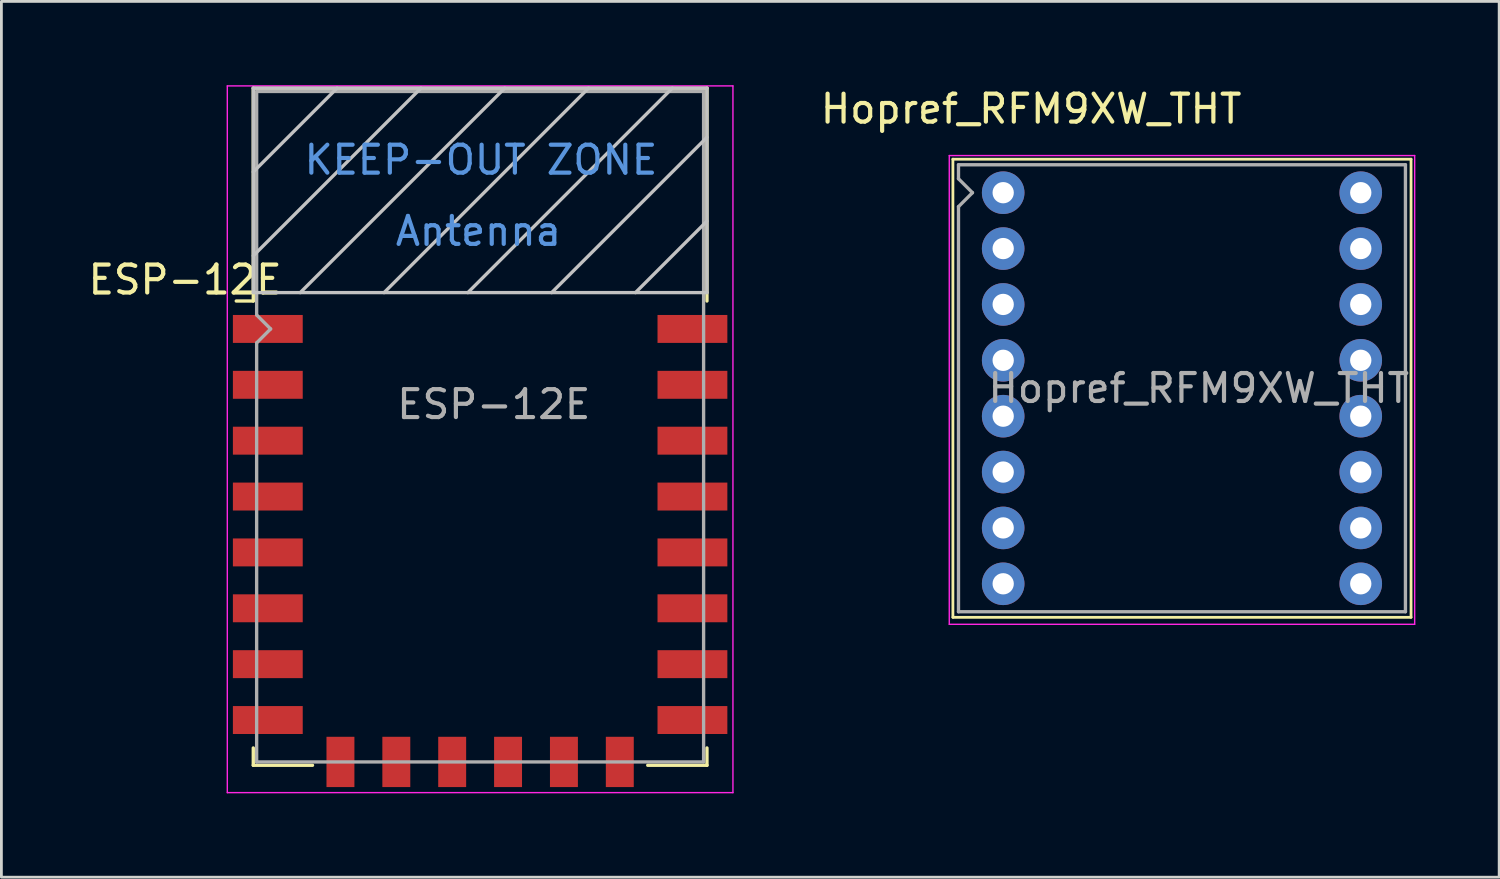
<source format=kicad_pcb>
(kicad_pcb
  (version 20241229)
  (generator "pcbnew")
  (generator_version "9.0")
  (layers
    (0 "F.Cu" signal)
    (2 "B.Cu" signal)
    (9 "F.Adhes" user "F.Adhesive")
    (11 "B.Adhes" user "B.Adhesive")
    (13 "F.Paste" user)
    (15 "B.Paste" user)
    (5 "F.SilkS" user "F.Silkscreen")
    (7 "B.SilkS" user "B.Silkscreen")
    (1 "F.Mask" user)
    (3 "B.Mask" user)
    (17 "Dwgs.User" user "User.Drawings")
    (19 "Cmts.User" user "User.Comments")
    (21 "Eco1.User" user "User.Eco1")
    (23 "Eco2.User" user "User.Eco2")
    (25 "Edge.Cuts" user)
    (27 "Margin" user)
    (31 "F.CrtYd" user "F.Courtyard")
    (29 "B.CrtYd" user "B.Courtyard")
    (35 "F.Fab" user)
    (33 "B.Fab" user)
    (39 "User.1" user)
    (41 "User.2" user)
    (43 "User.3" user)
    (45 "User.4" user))
  (footprint "ESP-12E"
    (layer "F.Cu")
    (at 14.137 12.225)
    (property "Reference" "ESP-12E" (at -10.56 -5.26 0) (layer "F.SilkS") (effects (font (size 1 1) (thickness 0.15))))
    (attr smd)
    (fp_line (start -8.12 -12.12) (end 8.12 -12.12) (stroke (width 0.12) (type solid)) (layer "F.SilkS"))
    (fp_line (start -8.12 -4.5) (end -8.73 -4.5) (stroke (width 0.12) (type solid)) (layer "F.SilkS"))
    (fp_line (start -8.12 -4.5) (end -8.12 -12.12) (stroke (width 0.12) (type solid)) (layer "F.SilkS"))
    (fp_line (start -8.12 12.12) (end -8.12 11.5) (stroke (width 0.12) (type solid)) (layer "F.SilkS"))
    (fp_line (start -6 12.12) (end -8.12 12.12) (stroke (width 0.12) (type solid)) (layer "F.SilkS"))
    (fp_line (start 8.12 -12.12) (end 8.12 -4.5) (stroke (width 0.12) (type solid)) (layer "F.SilkS"))
    (fp_line (start 8.12 11.5) (end 8.12 12.12) (stroke (width 0.12) (type solid)) (layer "F.SilkS"))
    (fp_line (start 8.12 12.12) (end 6 12.12) (stroke (width 0.12) (type solid)) (layer "F.SilkS"))
    (fp_line (start -8.12 -12.12) (end 8.12 -12.12) (stroke (width 0.12) (type solid)) (layer "Dwgs.User"))
    (fp_line (start -8.12 -9.12) (end -5.12 -12.12) (stroke (width 0.12) (type solid)) (layer "Dwgs.User"))
    (fp_line (start -8.12 -6.12) (end -2.12 -12.12) (stroke (width 0.12) (type solid)) (layer "Dwgs.User"))
    (fp_line (start -8.12 -4.8) (end -8.12 -12.12) (stroke (width 0.12) (type solid)) (layer "Dwgs.User"))
    (fp_line (start -6.44 -4.8) (end 0.88 -12.12) (stroke (width 0.12) (type solid)) (layer "Dwgs.User"))
    (fp_line (start -3.44 -4.8) (end 3.88 -12.12) (stroke (width 0.12) (type solid)) (layer "Dwgs.User"))
    (fp_line (start -0.44 -4.8) (end 6.88 -12.12) (stroke (width 0.12) (type solid)) (layer "Dwgs.User"))
    (fp_line (start 2.56 -4.8) (end 8.12 -10.36) (stroke (width 0.12) (type solid)) (layer "Dwgs.User"))
    (fp_line (start 5.56 -4.8) (end 8.12 -7.36) (stroke (width 0.12) (type solid)) (layer "Dwgs.User"))
    (fp_line (start 8.12 -12.12) (end 8.12 -4.8) (stroke (width 0.12) (type solid)) (layer "Dwgs.User"))
    (fp_line (start 8.12 -4.8) (end -8.12 -4.8) (stroke (width 0.12) (type solid)) (layer "Dwgs.User"))
    (fp_line (start -9.05 -12.2) (end 9.05 -12.2) (stroke (width 0.05) (type solid)) (layer "F.CrtYd"))
    (fp_line (start -9.05 13.1) (end -9.05 -12.2) (stroke (width 0.05) (type solid)) (layer "F.CrtYd"))
    (fp_line (start 9.05 -12.2) (end 9.05 13.1) (stroke (width 0.05) (type solid)) (layer "F.CrtYd"))
    (fp_line (start 9.05 13.1) (end -9.05 13.1) (stroke (width 0.05) (type solid)) (layer "F.CrtYd"))
    (fp_line (start -8 -12) (end 8 -12) (stroke (width 0.12) (type solid)) (layer "F.Fab"))
    (fp_line (start -8 -4) (end -8 -12) (stroke (width 0.12) (type solid)) (layer "F.Fab"))
    (fp_line (start -8 -3) (end -7.5 -3.5) (stroke (width 0.12) (type solid)) (layer "F.Fab"))
    (fp_line (start -8 12) (end -8 -3) (stroke (width 0.12) (type solid)) (layer "F.Fab"))
    (fp_line (start -7.5 -3.5) (end -8 -4) (stroke (width 0.12) (type solid)) (layer "F.Fab"))
    (fp_line (start 8 -12) (end 8 12) (stroke (width 0.12) (type solid)) (layer "F.Fab"))
    (fp_line (start 8 12) (end -8 12) (stroke (width 0.12) (type solid)) (layer "F.Fab"))
    (fp_text user "Antenna" (at -0.06 -7 180) (layer "Cmts.User") (effects (font (size 1 1) (thickness 0.15))))
    (fp_text user "KEEP-OUT ZONE" (at 0.03 -9.55 180) (layer "Cmts.User") (effects (font (size 1 1) (thickness 0.15))))
    (fp_text user "${REFERENCE}" (at 0.49 -0.8 0) (layer "F.Fab") (effects (font (size 1 1) (thickness 0.15))))
    (pad "1" smd rect (at -7.6 -3.5) (size 2.5 1) (layers "F.Cu" "F.Mask" "F.Paste"))
    (pad "2" smd rect (at -7.6 -1.5) (size 2.5 1) (layers "F.Cu" "F.Mask" "F.Paste"))
    (pad "3" smd rect (at -7.6 0.5) (size 2.5 1) (layers "F.Cu" "F.Mask" "F.Paste"))
    (pad "4" smd rect (at -7.6 2.5) (size 2.5 1) (layers "F.Cu" "F.Mask" "F.Paste"))
    (pad "5" smd rect (at -7.6 4.5) (size 2.5 1) (layers "F.Cu" "F.Mask" "F.Paste"))
    (pad "6" smd rect (at -7.6 6.5) (size 2.5 1) (layers "F.Cu" "F.Mask" "F.Paste"))
    (pad "7" smd rect (at -7.6 8.5) (size 2.5 1) (layers "F.Cu" "F.Mask" "F.Paste"))
    (pad "8" smd rect (at -7.6 10.5) (size 2.5 1) (layers "F.Cu" "F.Mask" "F.Paste"))
    (pad "9" smd rect (at -5 12) (size 1 1.8) (layers "F.Cu" "F.Mask" "F.Paste"))
    (pad "10" smd rect (at -3 12) (size 1 1.8) (layers "F.Cu" "F.Mask" "F.Paste"))
    (pad "11" smd rect (at -1 12) (size 1 1.8) (layers "F.Cu" "F.Mask" "F.Paste"))
    (pad "12" smd rect (at 1 12) (size 1 1.8) (layers "F.Cu" "F.Mask" "F.Paste"))
    (pad "13" smd rect (at 3 12) (size 1 1.8) (layers "F.Cu" "F.Mask" "F.Paste"))
    (pad "14" smd rect (at 5 12) (size 1 1.8) (layers "F.Cu" "F.Mask" "F.Paste"))
    (pad "15" smd rect (at 7.6 10.5) (size 2.5 1) (layers "F.Cu" "F.Mask" "F.Paste"))
    (pad "16" smd rect (at 7.6 8.5) (size 2.5 1) (layers "F.Cu" "F.Mask" "F.Paste"))
    (pad "17" smd rect (at 7.6 6.5) (size 2.5 1) (layers "F.Cu" "F.Mask" "F.Paste"))
    (pad "18" smd rect (at 7.6 4.5) (size 2.5 1) (layers "F.Cu" "F.Mask" "F.Paste"))
    (pad "19" smd rect (at 7.6 2.5) (size 2.5 1) (layers "F.Cu" "F.Mask" "F.Paste"))
    (pad "20" smd rect (at 7.6 0.5) (size 2.5 1) (layers "F.Cu" "F.Mask" "F.Paste"))
    (pad "21" smd rect (at 7.6 -1.5) (size 2.5 1) (layers "F.Cu" "F.Mask" "F.Paste"))
    (pad "22" smd rect (at 7.6 -3.5) (size 2.5 1) (layers "F.Cu" "F.Mask" "F.Paste")))
  (footprint "Hopref_RFM9XW_THT"
    (layer "F.Cu")
    (at 32.861 3.848)
    (property "Reference" "Hopref_RFM9XW_THT" (at 1 -3 0) (layer "F.SilkS") (effects (font (size 1 1) (thickness 0.15))))
    (attr through_hole)
    (fp_line (start -1.8 -1.2) (end 14.6 -1.2) (stroke (width 0.1) (type solid)) (layer "F.SilkS"))
    (fp_line (start -1.8 15.2) (end -1.8 -1.2) (stroke (width 0.1) (type solid)) (layer "F.SilkS"))
    (fp_line (start 14.6 -1.2) (end 14.6 15.2) (stroke (width 0.1) (type solid)) (layer "F.SilkS"))
    (fp_line (start 14.6 15.2) (end -1.8 15.2) (stroke (width 0.1) (type solid)) (layer "F.SilkS"))
    (fp_line (start -1.93 -1.33) (end 14.73 -1.33) (stroke (width 0.05) (type solid)) (layer "F.CrtYd"))
    (fp_line (start -1.93 15.45) (end -1.93 -1.33) (stroke (width 0.05) (type solid)) (layer "F.CrtYd"))
    (fp_line (start 14.73 -1.33) (end 14.73 15.45) (stroke (width 0.05) (type solid)) (layer "F.CrtYd"))
    (fp_line (start 14.73 15.45) (end -1.93 15.45) (stroke (width 0.05) (type solid)) (layer "F.CrtYd"))
    (fp_line (start -1.6 -1) (end 14.4 -1) (stroke (width 0.12) (type solid)) (layer "F.Fab"))
    (fp_line (start -1.6 -0.5) (end -1.6 -1) (stroke (width 0.12) (type solid)) (layer "F.Fab"))
    (fp_line (start -1.6 0.5) (end -1.1 0) (stroke (width 0.12) (type solid)) (layer "F.Fab"))
    (fp_line (start -1.6 15) (end -1.6 0.5) (stroke (width 0.12) (type solid)) (layer "F.Fab"))
    (fp_line (start -1.6 15) (end 14.4 15) (stroke (width 0.12) (type solid)) (layer "F.Fab"))
    (fp_line (start -1.1 0) (end -1.6 -0.5) (stroke (width 0.12) (type solid)) (layer "F.Fab"))
    (fp_line (start 14.4 15) (end 14.4 -1) (stroke (width 0.12) (type solid)) (layer "F.Fab"))
    (fp_text user "${REFERENCE}" (at 7 7 0) (layer "F.Fab") (effects (font (size 1 1) (thickness 0.15))))
    (pad "1" thru_hole circle (at 0 0) (size 1.524 1.524) (drill 0.762) (layers "*.Cu" "*.Mask"))
    (pad "2" thru_hole circle (at 0 2) (size 1.524 1.524) (drill 0.762) (layers "*.Cu" "*.Mask"))
    (pad "3" thru_hole circle (at 0 4) (size 1.524 1.524) (drill 0.762) (layers "*.Cu" "*.Mask"))
    (pad "4" thru_hole circle (at 0 6) (size 1.524 1.524) (drill 0.762) (layers "*.Cu" "*.Mask"))
    (pad "5" thru_hole circle (at 0 8) (size 1.524 1.524) (drill 0.762) (layers "*.Cu" "*.Mask"))
    (pad "6" thru_hole circle (at 0 10) (size 1.524 1.524) (drill 0.762) (layers "*.Cu" "*.Mask"))
    (pad "7" thru_hole circle (at 0 12) (size 1.524 1.524) (drill 0.762) (layers "*.Cu" "*.Mask"))
    (pad "8" thru_hole circle (at 0 14) (size 1.524 1.524) (drill 0.762) (layers "*.Cu" "*.Mask"))
    (pad "9" thru_hole circle (at 12.8 14) (size 1.524 1.524) (drill 0.762) (layers "*.Cu" "*.Mask"))
    (pad "10" thru_hole circle (at 12.8 12) (size 1.524 1.524) (drill 0.762) (layers "*.Cu" "*.Mask"))
    (pad "11" thru_hole circle (at 12.8 10) (size 1.524 1.524) (drill 0.762) (layers "*.Cu" "*.Mask"))
    (pad "12" thru_hole circle (at 12.8 8) (size 1.524 1.524) (drill 0.762) (layers "*.Cu" "*.Mask"))
    (pad "13" thru_hole circle (at 12.8 6) (size 1.524 1.524) (drill 0.762) (layers "*.Cu" "*.Mask"))
    (pad "14" thru_hole circle (at 12.8 4) (size 1.524 1.524) (drill 0.762) (layers "*.Cu" "*.Mask"))
    (pad "15" thru_hole circle (at 12.8 2) (size 1.524 1.524) (drill 0.762) (layers "*.Cu" "*.Mask"))
    (pad "16" thru_hole circle (at 12.8 0) (size 1.524 1.524) (drill 0.762) (layers "*.Cu" "*.Mask")))
  (gr_rect
    (start -3 -3)
    (end 50.616 28.35)
    (stroke (width 0.1) (type default))
    (fill no)
    (layer "Edge.Cuts")))
</source>
